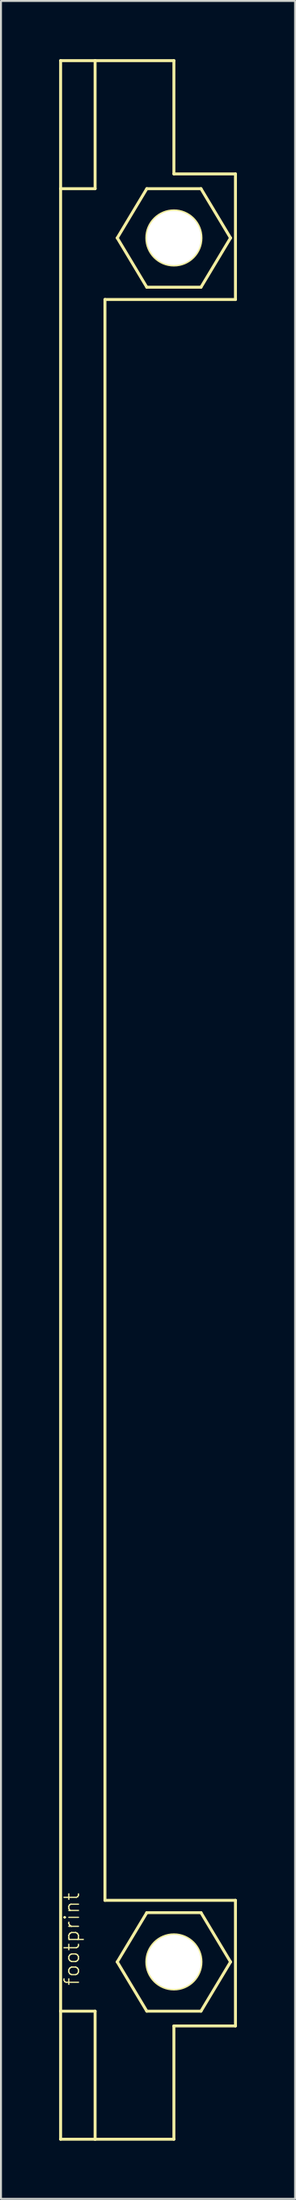
<source format=kicad_pcb>
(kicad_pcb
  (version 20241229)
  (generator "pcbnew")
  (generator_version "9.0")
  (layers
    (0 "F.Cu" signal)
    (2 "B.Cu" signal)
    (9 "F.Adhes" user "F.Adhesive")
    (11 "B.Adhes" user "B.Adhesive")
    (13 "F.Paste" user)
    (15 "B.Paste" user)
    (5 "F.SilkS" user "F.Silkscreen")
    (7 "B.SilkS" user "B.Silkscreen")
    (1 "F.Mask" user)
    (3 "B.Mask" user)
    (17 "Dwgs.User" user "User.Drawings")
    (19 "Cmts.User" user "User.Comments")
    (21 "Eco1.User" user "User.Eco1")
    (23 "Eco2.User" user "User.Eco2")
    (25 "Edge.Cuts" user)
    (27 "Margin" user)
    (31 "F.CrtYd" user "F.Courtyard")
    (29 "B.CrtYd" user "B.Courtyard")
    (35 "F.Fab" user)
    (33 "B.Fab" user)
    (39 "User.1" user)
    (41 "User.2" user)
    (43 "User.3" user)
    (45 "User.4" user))
  (footprint "footprint"
    (layer "F.Cu")
    (at 2.362 53.67)
    (property "Reference" "footprint" (at -1.27 45.72 90) (layer "F.SilkS") (effects (font (size 0.748 0.748) (thickness 0.065)) (justify left bottom)))
    (fp_line (start -2.286 -53.594) (end -0.508 -53.594) (stroke (width 0.152) (type solid)) (layer "F.SilkS"))
    (fp_line (start -2.286 -46.99) (end -2.286 -53.594) (stroke (width 0.152) (type solid)) (layer "F.SilkS"))
    (fp_line (start -2.286 -46.99) (end -0.508 -46.99) (stroke (width 0.152) (type solid)) (layer "F.SilkS"))
    (fp_line (start -2.286 46.99) (end -2.286 -46.99) (stroke (width 0.152) (type solid)) (layer "F.SilkS"))
    (fp_line (start -2.286 46.99) (end -0.508 46.99) (stroke (width 0.152) (type solid)) (layer "F.SilkS"))
    (fp_line (start -2.286 53.594) (end -2.286 46.99) (stroke (width 0.152) (type solid)) (layer "F.SilkS"))
    (fp_line (start -2.286 53.594) (end -0.508 53.594) (stroke (width 0.152) (type solid)) (layer "F.SilkS"))
    (fp_line (start -0.508 -53.594) (end -0.508 -46.99) (stroke (width 0.152) (type solid)) (layer "F.SilkS"))
    (fp_line (start -0.508 -53.594) (end 3.556 -53.594) (stroke (width 0.152) (type solid)) (layer "F.SilkS"))
    (fp_line (start -0.508 53.594) (end -0.508 46.99) (stroke (width 0.152) (type solid)) (layer "F.SilkS"))
    (fp_line (start -0.508 53.594) (end 3.556 53.594) (stroke (width 0.152) (type solid)) (layer "F.SilkS"))
    (fp_line (start 0 -41.275) (end 0 41.275) (stroke (width 0.152) (type solid)) (layer "F.SilkS"))
    (fp_line (start 0 -41.275) (end 6.731 -41.275) (stroke (width 0.152) (type solid)) (layer "F.SilkS"))
    (fp_line (start 0 41.275) (end 6.731 41.275) (stroke (width 0.152) (type solid)) (layer "F.SilkS"))
    (fp_line (start 0.635 -44.45) (end 2.159 -46.99) (stroke (width 0.152) (type solid)) (layer "F.SilkS"))
    (fp_line (start 0.635 44.45) (end 2.159 46.99) (stroke (width 0.152) (type solid)) (layer "F.SilkS"))
    (fp_line (start 2.159 -46.99) (end 4.953 -46.99) (stroke (width 0.152) (type solid)) (layer "F.SilkS"))
    (fp_line (start 2.159 -41.91) (end 0.635 -44.45) (stroke (width 0.152) (type solid)) (layer "F.SilkS"))
    (fp_line (start 2.159 41.91) (end 0.635 44.45) (stroke (width 0.152) (type solid)) (layer "F.SilkS"))
    (fp_line (start 2.159 46.99) (end 4.953 46.99) (stroke (width 0.152) (type solid)) (layer "F.SilkS"))
    (fp_line (start 3.556 -53.594) (end 3.556 -47.752) (stroke (width 0.152) (type solid)) (layer "F.SilkS"))
    (fp_line (start 3.556 -47.752) (end 6.731 -47.752) (stroke (width 0.152) (type solid)) (layer "F.SilkS"))
    (fp_line (start 3.556 47.752) (end 6.731 47.752) (stroke (width 0.152) (type solid)) (layer "F.SilkS"))
    (fp_line (start 3.556 53.594) (end 3.556 47.752) (stroke (width 0.152) (type solid)) (layer "F.SilkS"))
    (fp_line (start 4.953 -46.99) (end 6.477 -44.45) (stroke (width 0.152) (type solid)) (layer "F.SilkS"))
    (fp_line (start 4.953 -41.91) (end 2.159 -41.91) (stroke (width 0.152) (type solid)) (layer "F.SilkS"))
    (fp_line (start 4.953 41.91) (end 2.159 41.91) (stroke (width 0.152) (type solid)) (layer "F.SilkS"))
    (fp_line (start 4.953 46.99) (end 6.477 44.45) (stroke (width 0.152) (type solid)) (layer "F.SilkS"))
    (fp_line (start 6.477 -44.45) (end 4.953 -41.91) (stroke (width 0.152) (type solid)) (layer "F.SilkS"))
    (fp_line (start 6.477 44.45) (end 4.953 41.91) (stroke (width 0.152) (type solid)) (layer "F.SilkS"))
    (fp_line (start 6.731 -47.752) (end 6.731 -41.275) (stroke (width 0.152) (type solid)) (layer "F.SilkS"))
    (fp_line (start 6.731 47.752) (end 6.731 41.275) (stroke (width 0.152) (type solid)) (layer "F.SilkS"))
    (fp_circle (center 3.556 -44.45) (end 4.953 -44.45) (stroke (width 0.152) (type solid)) (fill no) (layer "F.SilkS"))
    (fp_circle (center 3.556 44.45) (end 4.953 44.45) (stroke (width 0.152) (type solid)) (fill no) (layer "F.SilkS"))
    (pad "" np_thru_hole circle (at 3.556 -44.45) (size 2.794 2.794) (drill 2.794) (layers "*.Cu" "*.Mask"))
    (pad "" np_thru_hole circle (at 3.556 44.45) (size 2.794 2.794) (drill 2.794) (layers "*.Cu" "*.Mask")))
  (gr_rect
    (start -3 -3)
    (end 12.169 110.34)
    (stroke (width 0.1) (type default))
    (fill no)
    (layer "Edge.Cuts")))
</source>
